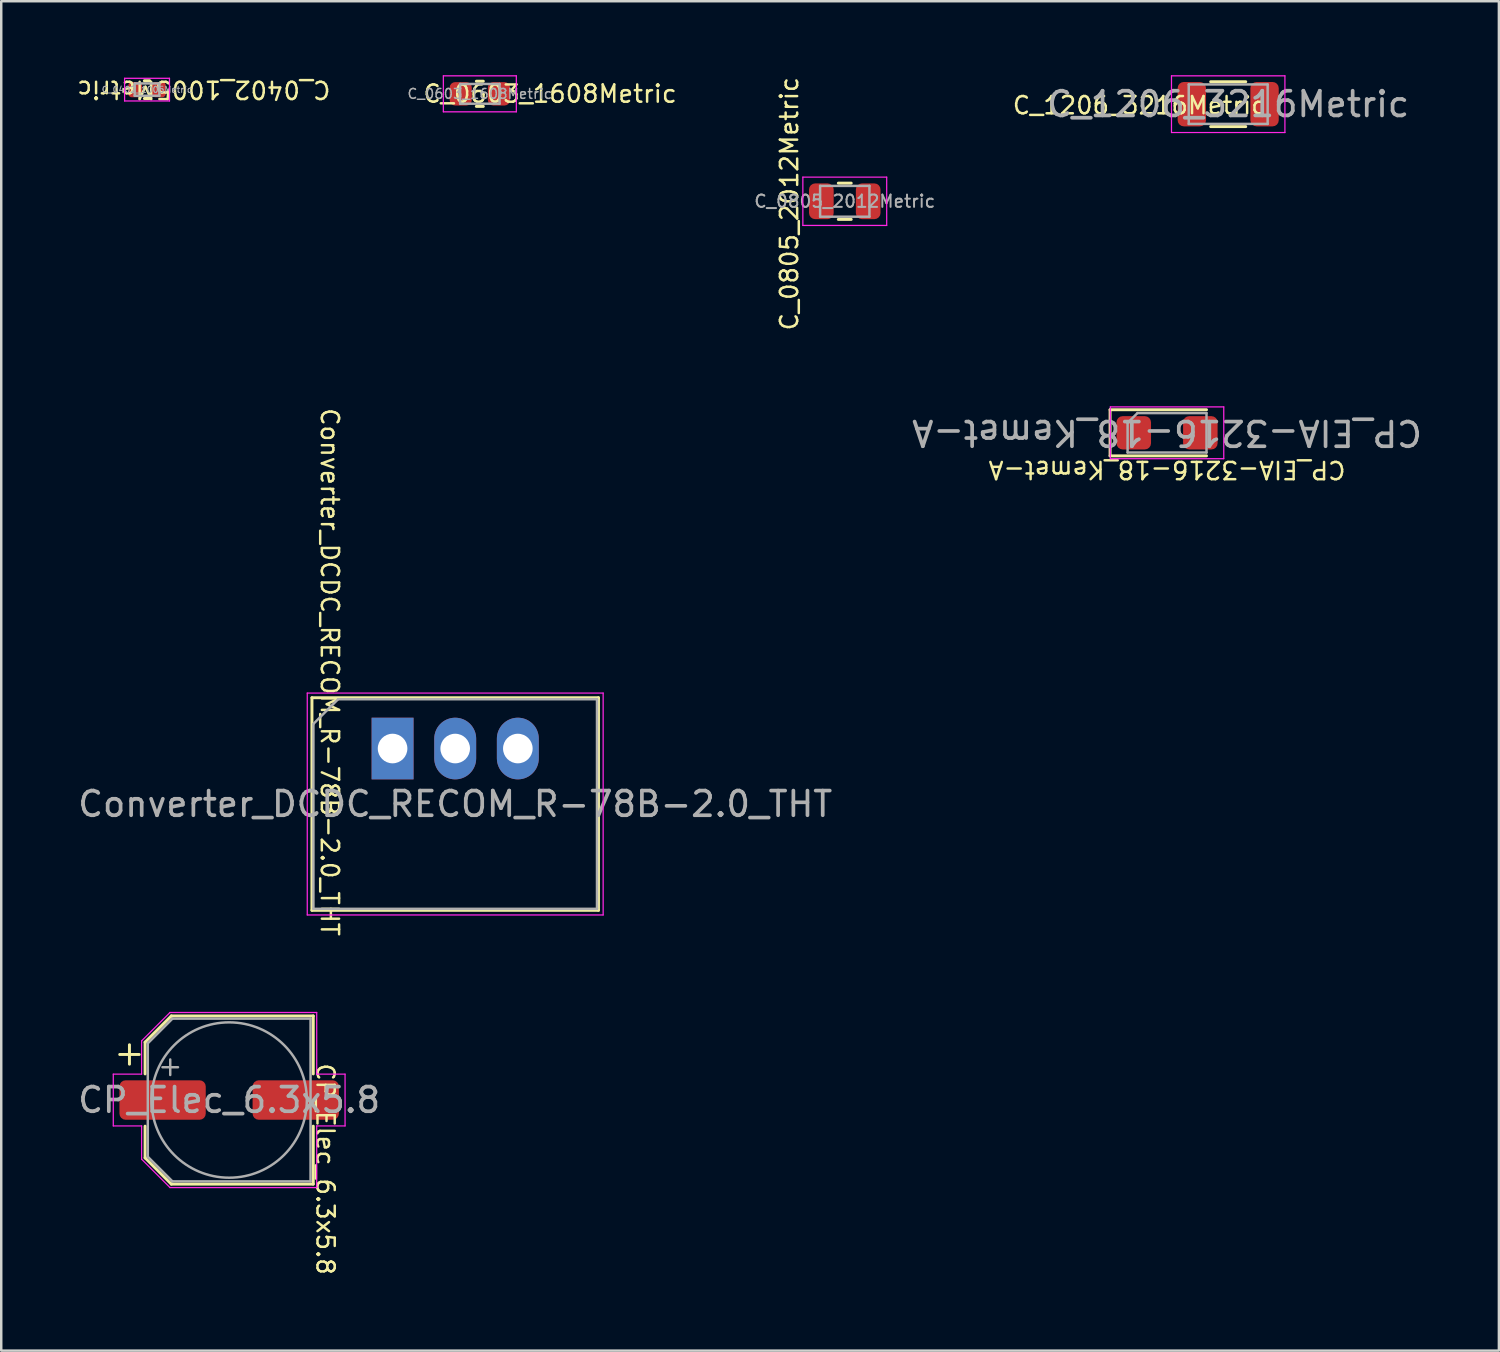
<source format=kicad_pcb>
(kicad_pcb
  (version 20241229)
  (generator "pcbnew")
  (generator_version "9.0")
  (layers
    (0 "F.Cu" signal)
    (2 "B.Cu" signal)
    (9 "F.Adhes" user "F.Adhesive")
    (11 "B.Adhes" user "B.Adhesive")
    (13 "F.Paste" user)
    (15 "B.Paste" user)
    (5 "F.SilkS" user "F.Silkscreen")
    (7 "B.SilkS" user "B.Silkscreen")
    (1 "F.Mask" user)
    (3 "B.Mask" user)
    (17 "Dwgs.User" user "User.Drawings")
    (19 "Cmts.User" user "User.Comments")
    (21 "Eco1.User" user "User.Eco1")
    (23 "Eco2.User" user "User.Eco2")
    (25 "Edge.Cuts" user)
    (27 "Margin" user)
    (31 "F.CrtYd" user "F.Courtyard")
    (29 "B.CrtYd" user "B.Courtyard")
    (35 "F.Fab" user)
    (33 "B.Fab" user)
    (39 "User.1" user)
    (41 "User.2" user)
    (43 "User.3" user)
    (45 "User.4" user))
  (footprint "Converter_DCDC_RECOM_R-78B-2.0_THT"
    (layer "F.Cu")
    (at 12.871 27.307)
    (property "Reference" "Converter_DCDC_RECOM_R-78B-2.0_THT" (at -2.55 -3.1 270) (unlocked yes) (layer "F.SilkS") (effects (font (size 0.7 0.7) (thickness 0.1))))
    (attr through_hole)
    (fp_line (start -3.27 -2.06) (end -3.27 6.56) (stroke (width 0.12) (type solid)) (layer "F.SilkS"))
    (fp_line (start -3.27 -2.06) (end 8.35 -2.06) (stroke (width 0.12) (type solid)) (layer "F.SilkS"))
    (fp_line (start -3.27 6.56) (end 8.35 6.56) (stroke (width 0.12) (type solid)) (layer "F.SilkS"))
    (fp_line (start 8.35 -2.06) (end 8.35 6.56) (stroke (width 0.12) (type solid)) (layer "F.SilkS"))
    (fp_line (start -3.46 -2.25) (end -3.46 6.75) (stroke (width 0.05) (type solid)) (layer "F.CrtYd"))
    (fp_line (start -3.46 6.75) (end 8.54 6.75) (stroke (width 0.05) (type solid)) (layer "F.CrtYd"))
    (fp_line (start 8.54 -2.25) (end -3.46 -2.25) (stroke (width 0.05) (type solid)) (layer "F.CrtYd"))
    (fp_line (start 8.54 6.75) (end 8.54 -2.25) (stroke (width 0.05) (type solid)) (layer "F.CrtYd"))
    (fp_line (start -3.21 -1) (end -2.21 -2) (stroke (width 0.1) (type solid)) (layer "F.Fab"))
    (fp_line (start -3.21 6.5) (end -3.21 -1) (stroke (width 0.1) (type solid)) (layer "F.Fab"))
    (fp_line (start -2.21 -2) (end 8.29 -2) (stroke (width 0.1) (type solid)) (layer "F.Fab"))
    (fp_line (start 8.29 -2) (end 8.29 6.5) (stroke (width 0.1) (type solid)) (layer "F.Fab"))
    (fp_line (start 8.29 6.5) (end -3.21 6.5) (stroke (width 0.1) (type solid)) (layer "F.Fab"))
    (fp_text user "${REFERENCE}" (at 2.54 2.25 0) (layer "F.Fab") (effects (font (size 1 1) (thickness 0.15))))
    (pad "1" thru_hole rect (at 0 0) (size 1.7 2.5) (drill 1.2) (layers "*.Cu" "*.Mask"))
    (pad "2" thru_hole oval (at 2.54 0) (size 1.7 2.5) (drill 1.2) (layers "*.Cu" "*.Mask"))
    (pad "3" thru_hole oval (at 5.08 0) (size 1.7 2.5) (drill 1.2) (layers "*.Cu" "*.Mask")))
  (footprint "CP_EIA-3216-18_Kemet-A"
    (layer "F.Cu")
    (at 44.28 14.502)
    (property "Reference" "CP_EIA-3216-18_Kemet-A" (at 0 1.5 180) (unlocked yes) (layer "F.SilkS") (effects (font (size 0.7 0.7) (thickness 0.1))))
    (attr smd)
    (fp_line (start -2.31 -0.935) (end -2.31 0.935) (stroke (width 0.12) (type solid)) (layer "F.SilkS"))
    (fp_line (start -2.31 0.935) (end 1.6 0.935) (stroke (width 0.12) (type solid)) (layer "F.SilkS"))
    (fp_line (start 1.6 -0.935) (end -2.31 -0.935) (stroke (width 0.12) (type solid)) (layer "F.SilkS"))
    (fp_line (start -2.3 -1.05) (end 2.3 -1.05) (stroke (width 0.05) (type solid)) (layer "F.CrtYd"))
    (fp_line (start -2.3 1.05) (end -2.3 -1.05) (stroke (width 0.05) (type solid)) (layer "F.CrtYd"))
    (fp_line (start 2.3 -1.05) (end 2.3 1.05) (stroke (width 0.05) (type solid)) (layer "F.CrtYd"))
    (fp_line (start 2.3 1.05) (end -2.3 1.05) (stroke (width 0.05) (type solid)) (layer "F.CrtYd"))
    (fp_line (start -1.6 -0.4) (end -1.6 0.8) (stroke (width 0.1) (type solid)) (layer "F.Fab"))
    (fp_line (start -1.6 0.8) (end 1.6 0.8) (stroke (width 0.1) (type solid)) (layer "F.Fab"))
    (fp_line (start -1.2 -0.8) (end -1.6 -0.4) (stroke (width 0.1) (type solid)) (layer "F.Fab"))
    (fp_line (start 1.6 -0.8) (end -1.2 -0.8) (stroke (width 0.1) (type solid)) (layer "F.Fab"))
    (fp_line (start 1.6 0.8) (end 1.6 -0.8) (stroke (width 0.1) (type solid)) (layer "F.Fab"))
    (fp_text user "${REFERENCE}" (at 0 0 180) (unlocked yes) (layer "F.Fab") (effects (font (size 1 1) (thickness 0.15))))
    (pad "1" smd roundrect (at -1.35 0) (size 1.4 1.35) (layers "F.Cu" "F.Mask" "F.Paste") (roundrect_rratio 0.185))
    (pad "2" smd roundrect (at 1.35 0) (size 1.4 1.35) (layers "F.Cu" "F.Mask" "F.Paste") (roundrect_rratio 0.185)))
  (footprint "C_0402_1005Metric"
    (layer "F.Cu")
    (at 2.913 0.585)
    (property "Reference" "C_0402_1005Metric" (at 2.3 0 180) (unlocked yes) (layer "F.SilkS") (effects (font (size 0.7 0.7) (thickness 0.1))))
    (attr smd)
    (fp_line (start -0.108 -0.36) (end 0.108 -0.36) (stroke (width 0.12) (type solid)) (layer "F.SilkS"))
    (fp_line (start -0.108 0.36) (end 0.108 0.36) (stroke (width 0.12) (type solid)) (layer "F.SilkS"))
    (fp_line (start -0.91 -0.46) (end 0.91 -0.46) (stroke (width 0.05) (type solid)) (layer "F.CrtYd"))
    (fp_line (start -0.91 0.46) (end -0.91 -0.46) (stroke (width 0.05) (type solid)) (layer "F.CrtYd"))
    (fp_line (start 0.91 -0.46) (end 0.91 0.46) (stroke (width 0.05) (type solid)) (layer "F.CrtYd"))
    (fp_line (start 0.91 0.46) (end -0.91 0.46) (stroke (width 0.05) (type solid)) (layer "F.CrtYd"))
    (fp_line (start -0.5 -0.25) (end 0.5 -0.25) (stroke (width 0.1) (type solid)) (layer "F.Fab"))
    (fp_line (start -0.5 0.25) (end -0.5 -0.25) (stroke (width 0.1) (type solid)) (layer "F.Fab"))
    (fp_line (start 0.5 -0.25) (end 0.5 0.25) (stroke (width 0.1) (type solid)) (layer "F.Fab"))
    (fp_line (start 0.5 0.25) (end -0.5 0.25) (stroke (width 0.1) (type solid)) (layer "F.Fab"))
    (fp_text user "${REFERENCE}" (at 0 0 180) (layer "F.Fab") (effects (font (size 0.25 0.25) (thickness 0.04))))
    (pad "1" smd roundrect (at -0.48 0) (size 0.56 0.62) (layers "F.Cu" "F.Mask" "F.Paste") (roundrect_rratio 0.25))
    (pad "2" smd roundrect (at 0.48 0) (size 0.56 0.62) (layers "F.Cu" "F.Mask" "F.Paste") (roundrect_rratio 0.25)))
  (footprint "C_0603_1608Metric"
    (layer "F.Cu")
    (at 16.41 0.755)
    (property "Reference" "C_0603_1608Metric" (at 2.85 0 0) (unlocked yes) (layer "F.SilkS") (effects (font (size 0.7 0.7) (thickness 0.1))))
    (attr smd)
    (fp_line (start -0.141 -0.51) (end 0.141 -0.51) (stroke (width 0.12) (type solid)) (layer "F.SilkS"))
    (fp_line (start -0.141 0.51) (end 0.141 0.51) (stroke (width 0.12) (type solid)) (layer "F.SilkS"))
    (fp_line (start -1.48 -0.73) (end 1.48 -0.73) (stroke (width 0.05) (type solid)) (layer "F.CrtYd"))
    (fp_line (start -1.48 0.73) (end -1.48 -0.73) (stroke (width 0.05) (type solid)) (layer "F.CrtYd"))
    (fp_line (start 1.48 -0.73) (end 1.48 0.73) (stroke (width 0.05) (type solid)) (layer "F.CrtYd"))
    (fp_line (start 1.48 0.73) (end -1.48 0.73) (stroke (width 0.05) (type solid)) (layer "F.CrtYd"))
    (fp_line (start -0.8 -0.4) (end 0.8 -0.4) (stroke (width 0.1) (type solid)) (layer "F.Fab"))
    (fp_line (start -0.8 0.4) (end -0.8 -0.4) (stroke (width 0.1) (type solid)) (layer "F.Fab"))
    (fp_line (start 0.8 -0.4) (end 0.8 0.4) (stroke (width 0.1) (type solid)) (layer "F.Fab"))
    (fp_line (start 0.8 0.4) (end -0.8 0.4) (stroke (width 0.1) (type solid)) (layer "F.Fab"))
    (fp_text user "${REFERENCE}" (at 0 0 0) (layer "F.Fab") (effects (font (size 0.4 0.4) (thickness 0.06))))
    (pad "1" smd roundrect (at -0.775 0) (size 0.9 0.95) (layers "F.Cu" "F.Mask" "F.Paste") (roundrect_rratio 0.25))
    (pad "2" smd roundrect (at 0.775 0) (size 0.9 0.95) (layers "F.Cu" "F.Mask" "F.Paste") (roundrect_rratio 0.25)))
  (footprint "C_1206_3216Metric"
    (layer "F.Cu")
    (at 46.76 1.175)
    (property "Reference" "C_1206_3216Metric" (at -3.6 0.05 0) (unlocked yes) (layer "F.SilkS") (effects (font (size 0.7 0.7) (thickness 0.1))))
    (attr smd)
    (fp_line (start -0.711 -0.91) (end 0.711 -0.91) (stroke (width 0.12) (type solid)) (layer "F.SilkS"))
    (fp_line (start -0.711 0.91) (end 0.711 0.91) (stroke (width 0.12) (type solid)) (layer "F.SilkS"))
    (fp_line (start -2.3 -1.15) (end 2.3 -1.15) (stroke (width 0.05) (type solid)) (layer "F.CrtYd"))
    (fp_line (start -2.3 1.15) (end -2.3 -1.15) (stroke (width 0.05) (type solid)) (layer "F.CrtYd"))
    (fp_line (start 2.3 -1.15) (end 2.3 1.15) (stroke (width 0.05) (type solid)) (layer "F.CrtYd"))
    (fp_line (start 2.3 1.15) (end -2.3 1.15) (stroke (width 0.05) (type solid)) (layer "F.CrtYd"))
    (fp_line (start -1.6 -0.8) (end 1.6 -0.8) (stroke (width 0.1) (type solid)) (layer "F.Fab"))
    (fp_line (start -1.6 0.8) (end -1.6 -0.8) (stroke (width 0.1) (type solid)) (layer "F.Fab"))
    (fp_line (start 1.6 -0.8) (end 1.6 0.8) (stroke (width 0.1) (type solid)) (layer "F.Fab"))
    (fp_line (start 1.6 0.8) (end -1.6 0.8) (stroke (width 0.1) (type solid)) (layer "F.Fab"))
    (fp_text user "${REFERENCE}" (at 0 0 0) (unlocked yes) (layer "F.Fab") (effects (font (size 1 1) (thickness 0.15))))
    (pad "1" smd roundrect (at -1.475 0) (size 1.15 1.8) (layers "F.Cu" "F.Mask" "F.Paste") (roundrect_rratio 0.217))
    (pad "2" smd roundrect (at 1.475 0) (size 1.15 1.8) (layers "F.Cu" "F.Mask" "F.Paste") (roundrect_rratio 0.217)))
  (footprint "CP_Elec_6.3x5.8"
    (layer "F.Cu")
    (at 6.244 41.562)
    (property "Reference" "CP_Elec_6.3x5.8" (at 3.9 2.8 270) (unlocked yes) (layer "F.SilkS") (effects (font (size 0.7 0.7) (thickness 0.1))))
    (attr smd)
    (fp_line (start -4.438 -1.847) (end -3.65 -1.847) (stroke (width 0.12) (type solid)) (layer "F.SilkS"))
    (fp_line (start -4.044 -2.241) (end -4.044 -1.454) (stroke (width 0.12) (type solid)) (layer "F.SilkS"))
    (fp_line (start -3.41 -2.346) (end -3.41 -1.06) (stroke (width 0.12) (type solid)) (layer "F.SilkS"))
    (fp_line (start -3.41 -2.346) (end -2.346 -3.41) (stroke (width 0.12) (type solid)) (layer "F.SilkS"))
    (fp_line (start -3.41 2.346) (end -3.41 1.06) (stroke (width 0.12) (type solid)) (layer "F.SilkS"))
    (fp_line (start -3.41 2.346) (end -2.346 3.41) (stroke (width 0.12) (type solid)) (layer "F.SilkS"))
    (fp_line (start -2.346 -3.41) (end 3.41 -3.41) (stroke (width 0.12) (type solid)) (layer "F.SilkS"))
    (fp_line (start -2.346 3.41) (end 3.41 3.41) (stroke (width 0.12) (type solid)) (layer "F.SilkS"))
    (fp_line (start 3.41 -3.41) (end 3.41 -1.06) (stroke (width 0.12) (type solid)) (layer "F.SilkS"))
    (fp_line (start 3.41 3.41) (end 3.41 1.06) (stroke (width 0.12) (type solid)) (layer "F.SilkS"))
    (fp_line (start -4.7 -1.05) (end -4.7 1.05) (stroke (width 0.05) (type solid)) (layer "F.CrtYd"))
    (fp_line (start -4.7 1.05) (end -3.55 1.05) (stroke (width 0.05) (type solid)) (layer "F.CrtYd"))
    (fp_line (start -3.55 -2.4) (end -3.55 -1.05) (stroke (width 0.05) (type solid)) (layer "F.CrtYd"))
    (fp_line (start -3.55 -2.4) (end -2.4 -3.55) (stroke (width 0.05) (type solid)) (layer "F.CrtYd"))
    (fp_line (start -3.55 -1.05) (end -4.7 -1.05) (stroke (width 0.05) (type solid)) (layer "F.CrtYd"))
    (fp_line (start -3.55 1.05) (end -3.55 2.4) (stroke (width 0.05) (type solid)) (layer "F.CrtYd"))
    (fp_line (start -3.55 2.4) (end -2.4 3.55) (stroke (width 0.05) (type solid)) (layer "F.CrtYd"))
    (fp_line (start -2.4 -3.55) (end 3.55 -3.55) (stroke (width 0.05) (type solid)) (layer "F.CrtYd"))
    (fp_line (start -2.4 3.55) (end 3.55 3.55) (stroke (width 0.05) (type solid)) (layer "F.CrtYd"))
    (fp_line (start 3.55 -3.55) (end 3.55 -1.05) (stroke (width 0.05) (type solid)) (layer "F.CrtYd"))
    (fp_line (start 3.55 -1.05) (end 4.7 -1.05) (stroke (width 0.05) (type solid)) (layer "F.CrtYd"))
    (fp_line (start 3.55 1.05) (end 3.55 3.55) (stroke (width 0.05) (type solid)) (layer "F.CrtYd"))
    (fp_line (start 4.7 -1.05) (end 4.7 1.05) (stroke (width 0.05) (type solid)) (layer "F.CrtYd"))
    (fp_line (start 4.7 1.05) (end 3.55 1.05) (stroke (width 0.05) (type solid)) (layer "F.CrtYd"))
    (fp_line (start -3.3 -2.3) (end -3.3 2.3) (stroke (width 0.1) (type solid)) (layer "F.Fab"))
    (fp_line (start -3.3 -2.3) (end -2.3 -3.3) (stroke (width 0.1) (type solid)) (layer "F.Fab"))
    (fp_line (start -3.3 2.3) (end -2.3 3.3) (stroke (width 0.1) (type solid)) (layer "F.Fab"))
    (fp_line (start -2.705 -1.33) (end -2.075 -1.33) (stroke (width 0.1) (type solid)) (layer "F.Fab"))
    (fp_line (start -2.39 -1.645) (end -2.39 -1.015) (stroke (width 0.1) (type solid)) (layer "F.Fab"))
    (fp_line (start -2.3 -3.3) (end 3.3 -3.3) (stroke (width 0.1) (type solid)) (layer "F.Fab"))
    (fp_line (start -2.3 3.3) (end 3.3 3.3) (stroke (width 0.1) (type solid)) (layer "F.Fab"))
    (fp_line (start 3.3 -3.3) (end 3.3 3.3) (stroke (width 0.1) (type solid)) (layer "F.Fab"))
    (fp_circle (center 0 0) (end 3.15 0) (stroke (width 0.1) (type solid)) (fill no) (layer "F.Fab"))
    (fp_text user "${REFERENCE}" (at 0 0 0) (unlocked yes) (layer "F.Fab") (effects (font (size 1 1) (thickness 0.15))))
    (pad "1" smd roundrect (at -2.7 0) (size 3.5 1.6) (layers "F.Cu" "F.Mask" "F.Paste") (roundrect_rratio 0.156))
    (pad "2" smd roundrect (at 2.7 0) (size 3.5 1.6) (layers "F.Cu" "F.Mask" "F.Paste") (roundrect_rratio 0.156)))
  (footprint "C_0805_2012Metric"
    (layer "F.Cu")
    (at 31.21 5.113)
    (property "Reference" "C_0805_2012Metric" (at -2.25 0.1 90) (unlocked yes) (layer "F.SilkS") (effects (font (size 0.7 0.7) (thickness 0.1))))
    (attr smd)
    (fp_line (start -0.261 -0.735) (end 0.261 -0.735) (stroke (width 0.12) (type solid)) (layer "F.SilkS"))
    (fp_line (start -0.261 0.735) (end 0.261 0.735) (stroke (width 0.12) (type solid)) (layer "F.SilkS"))
    (fp_line (start -1.7 -0.98) (end 1.7 -0.98) (stroke (width 0.05) (type solid)) (layer "F.CrtYd"))
    (fp_line (start -1.7 0.98) (end -1.7 -0.98) (stroke (width 0.05) (type solid)) (layer "F.CrtYd"))
    (fp_line (start 1.7 -0.98) (end 1.7 0.98) (stroke (width 0.05) (type solid)) (layer "F.CrtYd"))
    (fp_line (start 1.7 0.98) (end -1.7 0.98) (stroke (width 0.05) (type solid)) (layer "F.CrtYd"))
    (fp_line (start -1 -0.625) (end 1 -0.625) (stroke (width 0.1) (type solid)) (layer "F.Fab"))
    (fp_line (start -1 0.625) (end -1 -0.625) (stroke (width 0.1) (type solid)) (layer "F.Fab"))
    (fp_line (start 1 -0.625) (end 1 0.625) (stroke (width 0.1) (type solid)) (layer "F.Fab"))
    (fp_line (start 1 0.625) (end -1 0.625) (stroke (width 0.1) (type solid)) (layer "F.Fab"))
    (fp_text user "${REFERENCE}" (at 0 0 0) (layer "F.Fab") (effects (font (size 0.5 0.5) (thickness 0.08))))
    (pad "1" smd roundrect (at -0.95 0) (size 1 1.45) (layers "F.Cu" "F.Mask" "F.Paste") (roundrect_rratio 0.25))
    (pad "2" smd roundrect (at 0.95 0) (size 1 1.45) (layers "F.Cu" "F.Mask" "F.Paste") (roundrect_rratio 0.25)))
  (gr_rect
    (start -3 -3)
    (end 57.738 51.725)
    (stroke (width 0.1) (type default))
    (fill no)
    (layer "Edge.Cuts")))
</source>
